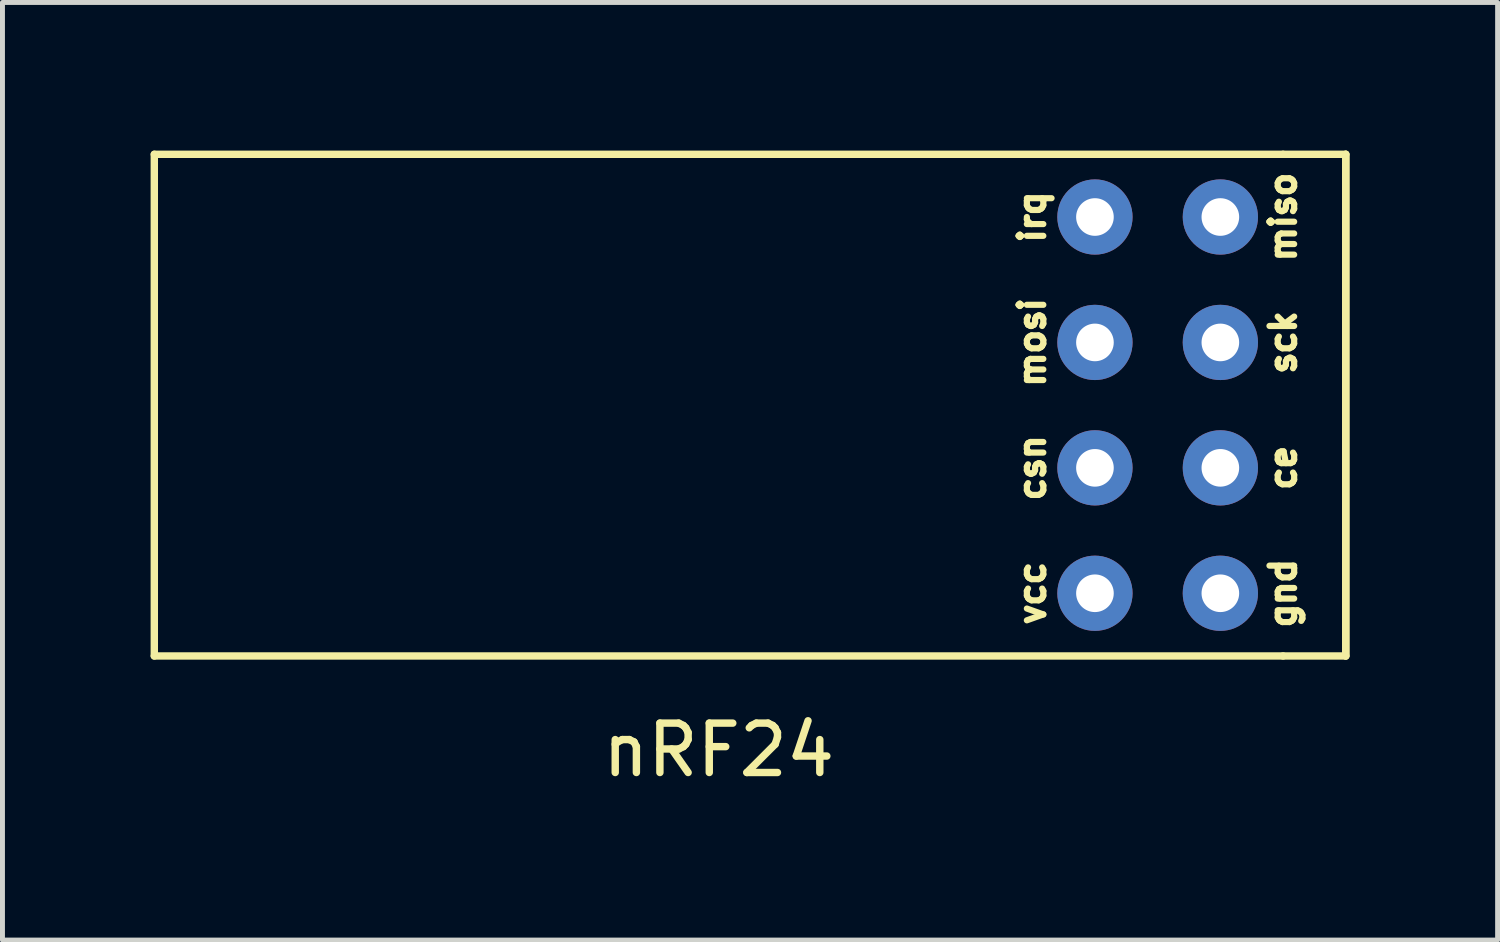
<source format=kicad_pcb>
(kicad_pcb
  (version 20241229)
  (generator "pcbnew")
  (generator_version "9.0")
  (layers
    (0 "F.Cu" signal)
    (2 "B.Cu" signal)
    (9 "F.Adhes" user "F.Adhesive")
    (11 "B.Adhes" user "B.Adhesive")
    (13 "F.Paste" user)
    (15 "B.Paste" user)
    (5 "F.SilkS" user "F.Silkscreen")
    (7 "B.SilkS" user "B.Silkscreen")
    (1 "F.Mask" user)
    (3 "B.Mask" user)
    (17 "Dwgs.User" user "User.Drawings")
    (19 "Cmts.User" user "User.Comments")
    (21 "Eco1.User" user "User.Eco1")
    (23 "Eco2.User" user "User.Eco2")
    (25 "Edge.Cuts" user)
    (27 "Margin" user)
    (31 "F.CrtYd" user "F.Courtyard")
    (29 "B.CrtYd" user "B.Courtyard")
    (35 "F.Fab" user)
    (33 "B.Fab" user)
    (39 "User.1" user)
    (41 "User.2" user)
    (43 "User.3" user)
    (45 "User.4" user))
  (footprint "nRF24"
    (layer "F.Cu")
    (at 11.505 7.695)
    (property "Reference" "nRF24" (at 0 4.445 0) (layer "F.SilkS") (effects (font (size 1 1) (thickness 0.15))))
    (attr through_hole)
    (fp_line (start -11.43 -7.62) (end -11.43 2.54) (stroke (width 0.15) (type solid)) (layer "F.SilkS"))
    (fp_line (start -11.43 2.54) (end 11.43 2.54) (stroke (width 0.15) (type solid)) (layer "F.SilkS"))
    (fp_line (start 11.43 -7.62) (end -11.43 -7.62) (stroke (width 0.15) (type solid)) (layer "F.SilkS"))
    (fp_line (start 11.43 -7.62) (end 12.7 -7.62) (stroke (width 0.15) (type solid)) (layer "F.SilkS"))
    (fp_line (start 11.43 2.54) (end 12.7 2.54) (stroke (width 0.15) (type solid)) (layer "F.SilkS"))
    (fp_line (start 12.7 -7.62) (end 12.7 2.54) (stroke (width 0.15) (type solid)) (layer "F.SilkS"))
    (fp_line (start 12.7 2.54) (end 12.7 -7.62) (stroke (width 0.15) (type solid)) (layer "F.SilkS"))
    (fp_text user "gnd" (at 11.43 1.27 90) (layer "F.SilkS") (effects (font (size 0.5 0.5) (thickness 0.125))))
    (fp_text user "irq" (at 6.35 -6.35 90) (layer "F.SilkS") (effects (font (size 0.5 0.5) (thickness 0.125))))
    (fp_text user "vcc" (at 6.35 1.27 90) (layer "F.SilkS") (effects (font (size 0.5 0.5) (thickness 0.125))))
    (fp_text user "sck" (at 11.43 -3.81 90) (layer "F.SilkS") (effects (font (size 0.5 0.5) (thickness 0.125))))
    (fp_text user "mosi" (at 6.35 -3.81 90) (layer "F.SilkS") (effects (font (size 0.5 0.5) (thickness 0.125))))
    (fp_text user "miso" (at 11.43 -6.35 90) (layer "F.SilkS") (effects (font (size 0.5 0.5) (thickness 0.125))))
    (fp_text user "ce" (at 11.43 -1.27 90) (layer "F.SilkS") (effects (font (size 0.5 0.5) (thickness 0.125))))
    (fp_text user "csn" (at 6.35 -1.27 90) (layer "F.SilkS") (effects (font (size 0.5 0.5) (thickness 0.125))))
    (pad "0" thru_hole circle (at 10.16 1.27) (size 1.524 1.524) (drill 0.762) (layers "*.Cu" "*.Mask"))
    (pad "1" thru_hole circle (at 10.16 -1.27) (size 1.524 1.524) (drill 0.762) (layers "*.Cu" "*.Mask"))
    (pad "2" thru_hole circle (at 10.16 -3.81) (size 1.524 1.524) (drill 0.762) (layers "*.Cu" "*.Mask"))
    (pad "3" thru_hole circle (at 10.16 -6.35) (size 1.524 1.524) (drill 0.762) (layers "*.Cu" "*.Mask"))
    (pad "4" thru_hole circle (at 7.62 -6.35) (size 1.524 1.524) (drill 0.762) (layers "*.Cu" "*.Mask"))
    (pad "5" thru_hole circle (at 7.62 -3.81) (size 1.524 1.524) (drill 0.762) (layers "*.Cu" "*.Mask"))
    (pad "6" thru_hole circle (at 7.62 -1.27) (size 1.524 1.524) (drill 0.762) (layers "*.Cu" "*.Mask"))
    (pad "7" thru_hole circle (at 7.62 1.27) (size 1.524 1.524) (drill 0.762) (layers "*.Cu" "*.Mask")))
  (gr_rect
    (start -3 -3)
    (end 27.28 15.988)
    (stroke (width 0.1) (type default))
    (fill no)
    (layer "Edge.Cuts")))
</source>
